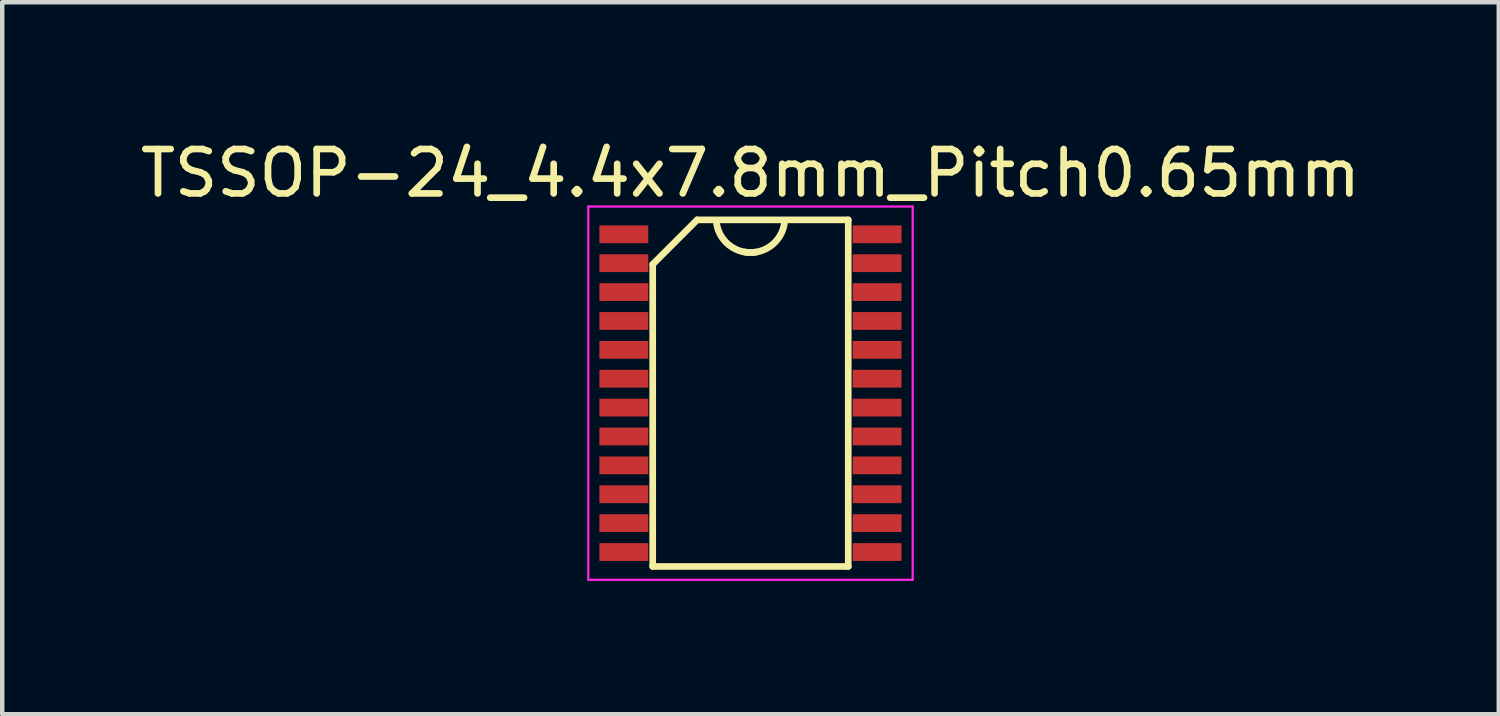
<source format=kicad_pcb>
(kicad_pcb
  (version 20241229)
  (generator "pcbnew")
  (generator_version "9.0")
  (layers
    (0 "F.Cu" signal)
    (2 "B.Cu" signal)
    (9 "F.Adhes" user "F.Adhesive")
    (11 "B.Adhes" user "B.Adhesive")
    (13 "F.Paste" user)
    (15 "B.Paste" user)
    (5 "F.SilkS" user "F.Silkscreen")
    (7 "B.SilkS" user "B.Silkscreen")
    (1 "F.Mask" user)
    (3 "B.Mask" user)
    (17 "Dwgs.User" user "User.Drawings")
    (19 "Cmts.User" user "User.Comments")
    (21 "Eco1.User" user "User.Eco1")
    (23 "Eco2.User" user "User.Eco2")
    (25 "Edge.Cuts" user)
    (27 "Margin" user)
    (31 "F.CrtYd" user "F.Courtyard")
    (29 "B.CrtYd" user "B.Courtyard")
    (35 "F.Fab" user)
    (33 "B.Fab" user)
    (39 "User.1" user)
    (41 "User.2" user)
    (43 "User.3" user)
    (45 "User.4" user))
  (footprint "TSSOP-24_4.4x7.8mm_Pitch0.65mm"
    (layer "F.Cu")
    (at 13.839 5.798)
    (property "Reference" "TSSOP-24_4.4x7.8mm_Pitch0.65mm" (at 0 -4.95 0) (layer "F.SilkS") (effects (font (size 1 1) (thickness 0.15))))
    (attr smd)
    (fp_line (start -2.2 -2.9) (end -1.2 -3.9) (stroke (width 0.15) (type solid)) (layer "F.SilkS"))
    (fp_line (start -2.2 3.9) (end -2.2 -2.9) (stroke (width 0.15) (type solid)) (layer "F.SilkS"))
    (fp_line (start -1.2 -3.9) (end 2.2 -3.9) (stroke (width 0.15) (type solid)) (layer "F.SilkS"))
    (fp_line (start 2.2 -3.9) (end 2.2 3.9) (stroke (width 0.15) (type solid)) (layer "F.SilkS"))
    (fp_line (start 2.2 3.9) (end -2.2 3.9) (stroke (width 0.15) (type solid)) (layer "F.SilkS"))
    (fp_arc (start 0.127 -3.175) (mid -0.449013 -3.308382) (end -0.762 -3.81) (stroke (width 0.1524) (type solid)) (layer "F.SilkS"))
    (fp_arc (start 0.762 -3.81) (mid 0.449013 -3.308382) (end -0.127 -3.175) (stroke (width 0.1524) (type solid)) (layer "F.SilkS"))
    (fp_line (start -3.65 -4.2) (end -3.65 4.2) (stroke (width 0.05) (type solid)) (layer "F.CrtYd"))
    (fp_line (start -3.65 -4.2) (end 3.65 -4.2) (stroke (width 0.05) (type solid)) (layer "F.CrtYd"))
    (fp_line (start -3.65 4.2) (end 3.65 4.2) (stroke (width 0.05) (type solid)) (layer "F.CrtYd"))
    (fp_line (start 3.65 -4.2) (end 3.65 4.2) (stroke (width 0.05) (type solid)) (layer "F.CrtYd"))
    (pad "1" smd rect (at -2.85 -3.575) (size 1.1 0.4) (layers "F.Cu" "F.Mask" "F.Paste"))
    (pad "2" smd rect (at -2.85 -2.925) (size 1.1 0.4) (layers "F.Cu" "F.Mask" "F.Paste"))
    (pad "3" smd rect (at -2.85 -2.275) (size 1.1 0.4) (layers "F.Cu" "F.Mask" "F.Paste"))
    (pad "4" smd rect (at -2.85 -1.625) (size 1.1 0.4) (layers "F.Cu" "F.Mask" "F.Paste"))
    (pad "5" smd rect (at -2.85 -0.975) (size 1.1 0.4) (layers "F.Cu" "F.Mask" "F.Paste"))
    (pad "6" smd rect (at -2.85 -0.325) (size 1.1 0.4) (layers "F.Cu" "F.Mask" "F.Paste"))
    (pad "7" smd rect (at -2.85 0.325) (size 1.1 0.4) (layers "F.Cu" "F.Mask" "F.Paste"))
    (pad "8" smd rect (at -2.85 0.975) (size 1.1 0.4) (layers "F.Cu" "F.Mask" "F.Paste"))
    (pad "9" smd rect (at -2.85 1.625) (size 1.1 0.4) (layers "F.Cu" "F.Mask" "F.Paste"))
    (pad "10" smd rect (at -2.85 2.275) (size 1.1 0.4) (layers "F.Cu" "F.Mask" "F.Paste"))
    (pad "11" smd rect (at -2.85 2.925) (size 1.1 0.4) (layers "F.Cu" "F.Mask" "F.Paste"))
    (pad "12" smd rect (at -2.85 3.575) (size 1.1 0.4) (layers "F.Cu" "F.Mask" "F.Paste"))
    (pad "13" smd rect (at 2.85 3.575) (size 1.1 0.4) (layers "F.Cu" "F.Mask" "F.Paste"))
    (pad "14" smd rect (at 2.85 2.925) (size 1.1 0.4) (layers "F.Cu" "F.Mask" "F.Paste"))
    (pad "15" smd rect (at 2.85 2.275) (size 1.1 0.4) (layers "F.Cu" "F.Mask" "F.Paste"))
    (pad "16" smd rect (at 2.85 1.625) (size 1.1 0.4) (layers "F.Cu" "F.Mask" "F.Paste"))
    (pad "17" smd rect (at 2.85 0.975) (size 1.1 0.4) (layers "F.Cu" "F.Mask" "F.Paste"))
    (pad "18" smd rect (at 2.85 0.325) (size 1.1 0.4) (layers "F.Cu" "F.Mask" "F.Paste"))
    (pad "19" smd rect (at 2.85 -0.325) (size 1.1 0.4) (layers "F.Cu" "F.Mask" "F.Paste"))
    (pad "20" smd rect (at 2.85 -0.975) (size 1.1 0.4) (layers "F.Cu" "F.Mask" "F.Paste"))
    (pad "21" smd rect (at 2.85 -1.625) (size 1.1 0.4) (layers "F.Cu" "F.Mask" "F.Paste"))
    (pad "22" smd rect (at 2.85 -2.275) (size 1.1 0.4) (layers "F.Cu" "F.Mask" "F.Paste"))
    (pad "23" smd rect (at 2.85 -2.925) (size 1.1 0.4) (layers "F.Cu" "F.Mask" "F.Paste"))
    (pad "24" smd rect (at 2.85 -3.575) (size 1.1 0.4) (layers "F.Cu" "F.Mask" "F.Paste")))
  (gr_rect
    (start -3 -3)
    (end 30.679 13.023)
    (stroke (width 0.1) (type default))
    (fill no)
    (layer "Edge.Cuts")))
</source>
